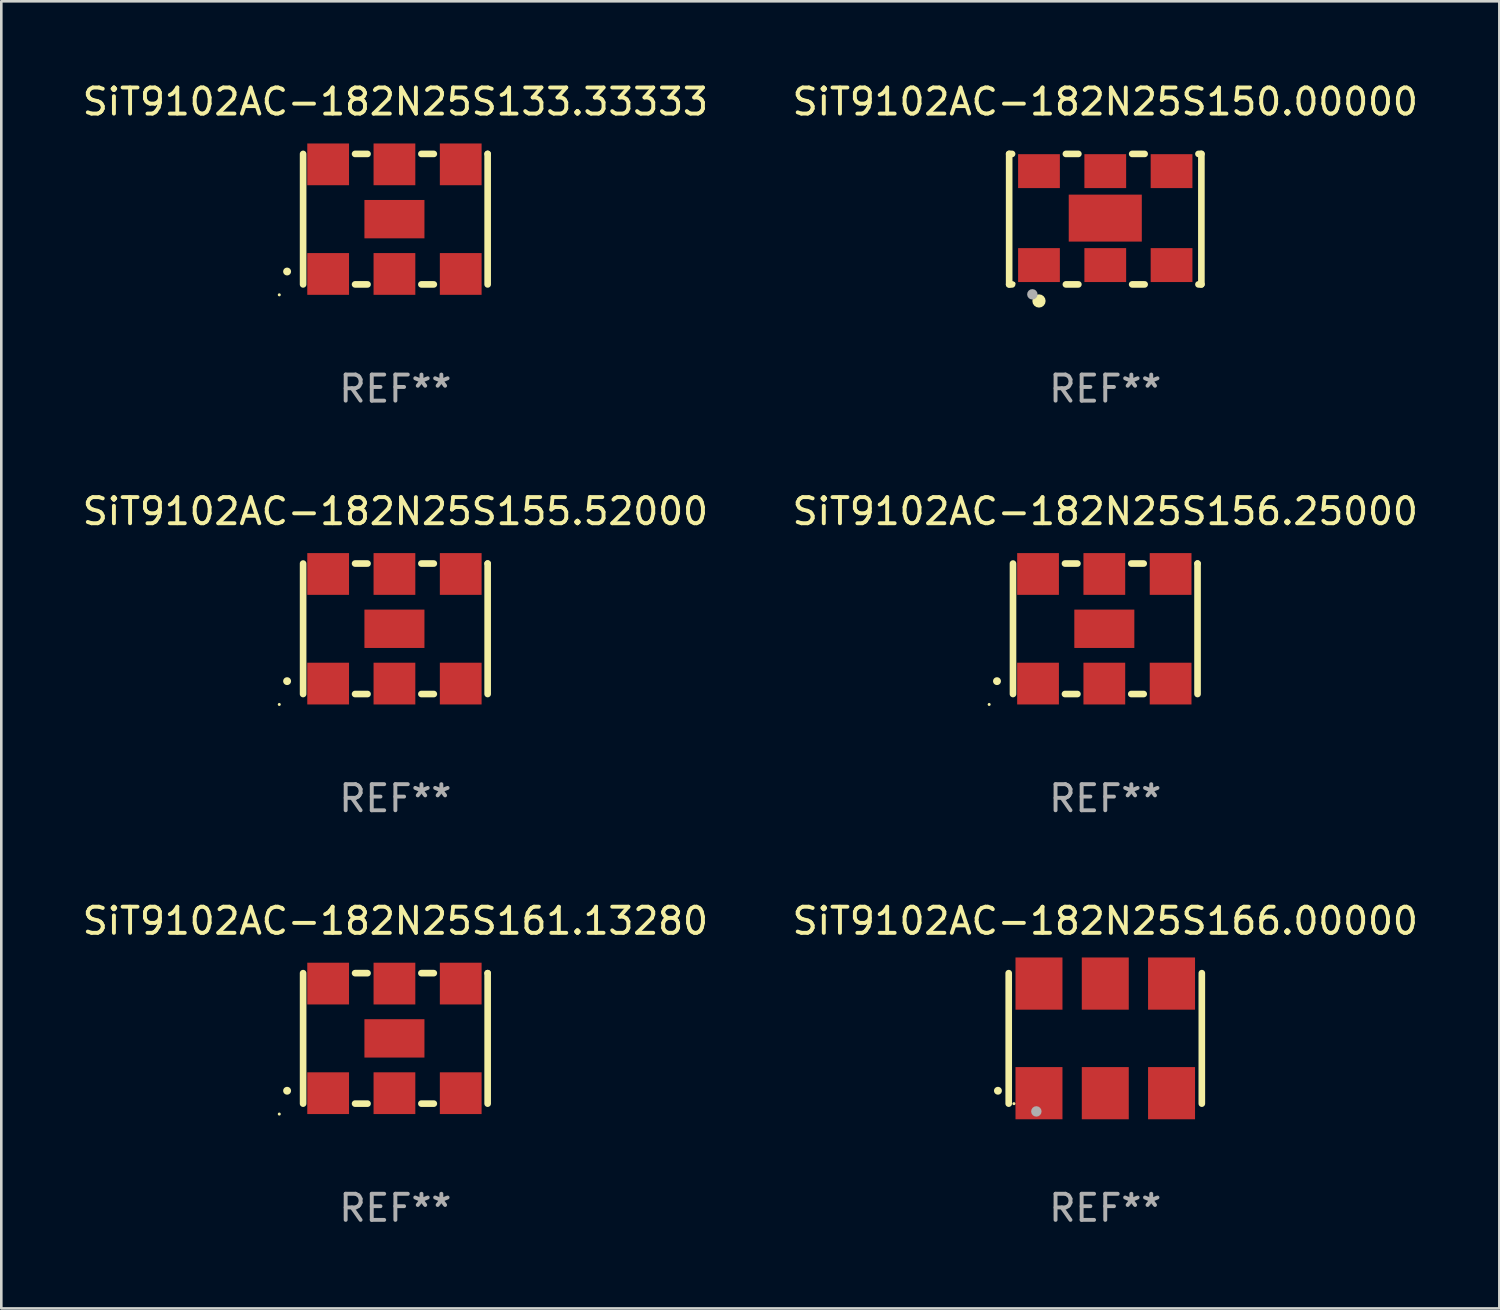
<source format=kicad_pcb>
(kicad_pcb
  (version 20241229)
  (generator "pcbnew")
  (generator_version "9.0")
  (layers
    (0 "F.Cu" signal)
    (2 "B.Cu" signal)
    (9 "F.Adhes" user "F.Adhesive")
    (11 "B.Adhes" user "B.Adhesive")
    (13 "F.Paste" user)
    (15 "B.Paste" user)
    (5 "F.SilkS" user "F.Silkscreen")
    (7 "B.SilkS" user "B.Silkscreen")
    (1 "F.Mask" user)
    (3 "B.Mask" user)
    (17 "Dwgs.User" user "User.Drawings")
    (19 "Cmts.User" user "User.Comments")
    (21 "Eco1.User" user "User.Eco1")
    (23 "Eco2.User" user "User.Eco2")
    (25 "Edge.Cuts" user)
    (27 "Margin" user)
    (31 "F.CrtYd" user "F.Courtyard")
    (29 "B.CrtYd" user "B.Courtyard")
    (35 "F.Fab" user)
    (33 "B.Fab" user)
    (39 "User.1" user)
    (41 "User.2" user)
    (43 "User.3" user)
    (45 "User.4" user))
  (footprint "SiT9102AC-182N25S166.00000"
    (layer "F.Cu")
    (at 39.304 36.741)
    (property "Reference" "SiT9102AC-182N25S166.00000" (at 0 -4.5 0) (layer "F.SilkS") (effects (font (size 1 1) (thickness 0.15))))
    (attr through_hole)
    (fp_line (start -3.7 -2.5) (end -3.7 2.5) (stroke (width 0.254) (type solid)) (layer "F.SilkS"))
    (fp_line (start 3.7 -2.5) (end 3.7 2.5) (stroke (width 0.254) (type solid)) (layer "F.SilkS"))
    (fp_arc (start -4.114415 2.006604) (mid -4.113145 2.006599) (end -4.111875 2.006604) (stroke (width 0.3) (type solid)) (layer "F.SilkS"))
    (fp_circle (center -3.5 2.501) (end -3.47 2.501) (stroke (width 0.06) (type solid)) (fill no) (layer "F.SilkS"))
    (fp_circle (center -2.641 2.799) (end -2.541 2.799) (stroke (width 0.2) (type solid)) (fill no) (layer "F.Fab"))
    (fp_text user "REF**" (at 0 6.5 0) (layer "F.Fab") (effects (font (size 1 1) (thickness 0.15))))
    (pad "1" smd rect (at -2.54 2.1) (size 1.8 2) (layers "F.Cu" "F.Mask" "F.Paste"))
    (pad "2" smd rect (at 0.000394 2.1) (size 1.8 2) (layers "F.Cu" "F.Mask" "F.Paste"))
    (pad "3" smd rect (at 2.54 2.1) (size 1.8 2) (layers "F.Cu" "F.Mask" "F.Paste"))
    (pad "4" smd rect (at 2.54 -2.1) (size 1.8 2) (layers "F.Cu" "F.Mask" "F.Paste"))
    (pad "5" smd rect (at 0.000394 -2.1) (size 1.8 2) (layers "F.Cu" "F.Mask" "F.Paste"))
    (pad "6" smd rect (at -2.54 -2.1) (size 1.8 2) (layers "F.Cu" "F.Mask" "F.Paste")))
  (footprint "SiT9102AC-182N25S155.52000"
    (layer "F.Cu")
    (at 12.101 21.045)
    (property "Reference" "SiT9102AC-182N25S155.52000" (at 0 -4.5 0) (layer "F.SilkS") (effects (font (size 1 1) (thickness 0.15))))
    (attr through_hole)
    (fp_line (start -3.536 -2.5) (end -3.536 2.5) (stroke (width 0.254) (type solid)) (layer "F.SilkS"))
    (fp_line (start -1.544 2.5) (end -1.067 2.5) (stroke (width 0.254) (type solid)) (layer "F.SilkS"))
    (fp_line (start -1.067 -2.5) (end -1.544 -2.5) (stroke (width 0.254) (type solid)) (layer "F.SilkS"))
    (fp_line (start 0.996 2.5) (end 1.473 2.5) (stroke (width 0.254) (type solid)) (layer "F.SilkS"))
    (fp_line (start 1.473 -2.5) (end 0.996 -2.5) (stroke (width 0.254) (type solid)) (layer "F.SilkS"))
    (fp_line (start 3.536 -2.5) (end 3.536 -2.5) (stroke (width 0.254) (type solid)) (layer "F.SilkS"))
    (fp_line (start 3.536 2.5) (end 3.536 -2.5) (stroke (width 0.254) (type solid)) (layer "F.SilkS"))
    (fp_arc (start -4.150432 2.006604) (mid -4.149162 2.006599) (end -4.147892 2.006604) (stroke (width 0.3) (type solid)) (layer "F.SilkS"))
    (fp_circle (center -4.449 2.9) (end -4.419 2.9) (stroke (width 0.06) (type solid)) (fill no) (layer "F.SilkS"))
    (fp_text user "REF**" (at 0 6.5 0) (layer "F.Fab") (effects (font (size 1 1) (thickness 0.15))))
    (pad "1" smd rect (at -2.576 2.1) (size 1.6 1.6) (layers "F.Cu" "F.Mask" "F.Paste"))
    (pad "2" smd rect (at -0.036 2.1) (size 1.6 1.6) (layers "F.Cu" "F.Mask" "F.Paste"))
    (pad "3" smd rect (at 2.504 2.1) (size 1.6 1.6) (layers "F.Cu" "F.Mask" "F.Paste"))
    (pad "4" smd rect (at 2.504 -2.1) (size 1.6 1.6) (layers "F.Cu" "F.Mask" "F.Paste"))
    (pad "5" smd rect (at -0.036 -2.1) (size 1.6 1.6) (layers "F.Cu" "F.Mask" "F.Paste"))
    (pad "6" smd rect (at -2.576 -2.1) (size 1.6 1.6) (layers "F.Cu" "F.Mask" "F.Paste"))
    (pad "7" smd rect (at -0.036 0) (size 2.3 1.47) (layers "F.Cu" "F.Mask" "F.Paste")))
  (footprint "SiT9102AC-182N25S156.25000"
    (layer "F.Cu")
    (at 39.304 21.045)
    (property "Reference" "SiT9102AC-182N25S156.25000" (at 0 -4.5 0) (layer "F.SilkS") (effects (font (size 1 1) (thickness 0.15))))
    (attr through_hole)
    (fp_line (start -3.536 -2.5) (end -3.536 2.5) (stroke (width 0.254) (type solid)) (layer "F.SilkS"))
    (fp_line (start -1.544 2.5) (end -1.067 2.5) (stroke (width 0.254) (type solid)) (layer "F.SilkS"))
    (fp_line (start -1.067 -2.5) (end -1.544 -2.5) (stroke (width 0.254) (type solid)) (layer "F.SilkS"))
    (fp_line (start 0.996 2.5) (end 1.473 2.5) (stroke (width 0.254) (type solid)) (layer "F.SilkS"))
    (fp_line (start 1.473 -2.5) (end 0.996 -2.5) (stroke (width 0.254) (type solid)) (layer "F.SilkS"))
    (fp_line (start 3.536 -2.5) (end 3.536 -2.5) (stroke (width 0.254) (type solid)) (layer "F.SilkS"))
    (fp_line (start 3.536 2.5) (end 3.536 -2.5) (stroke (width 0.254) (type solid)) (layer "F.SilkS"))
    (fp_arc (start -4.150432 2.006604) (mid -4.149162 2.006599) (end -4.147892 2.006604) (stroke (width 0.3) (type solid)) (layer "F.SilkS"))
    (fp_circle (center -4.449 2.9) (end -4.419 2.9) (stroke (width 0.06) (type solid)) (fill no) (layer "F.SilkS"))
    (fp_text user "REF**" (at 0 6.5 0) (layer "F.Fab") (effects (font (size 1 1) (thickness 0.15))))
    (pad "1" smd rect (at -2.576 2.1) (size 1.6 1.6) (layers "F.Cu" "F.Mask" "F.Paste"))
    (pad "2" smd rect (at -0.036 2.1) (size 1.6 1.6) (layers "F.Cu" "F.Mask" "F.Paste"))
    (pad "3" smd rect (at 2.504 2.1) (size 1.6 1.6) (layers "F.Cu" "F.Mask" "F.Paste"))
    (pad "4" smd rect (at 2.504 -2.1) (size 1.6 1.6) (layers "F.Cu" "F.Mask" "F.Paste"))
    (pad "5" smd rect (at -0.036 -2.1) (size 1.6 1.6) (layers "F.Cu" "F.Mask" "F.Paste"))
    (pad "6" smd rect (at -2.576 -2.1) (size 1.6 1.6) (layers "F.Cu" "F.Mask" "F.Paste"))
    (pad "7" smd rect (at -0.036 0) (size 2.3 1.47) (layers "F.Cu" "F.Mask" "F.Paste")))
  (footprint "SiT9102AC-182N25S150.00000"
    (layer "F.Cu")
    (at 39.304 5.348)
    (property "Reference" "SiT9102AC-182N25S150.00000" (at 0 -4.5 0) (layer "F.SilkS") (effects (font (size 1 1) (thickness 0.15))))
    (attr through_hole)
    (fp_line (start -3.683 -2.5) (end -3.571 -2.5) (stroke (width 0.254) (type solid)) (layer "F.SilkS"))
    (fp_line (start -3.683 2.5) (end -3.683 -2.5) (stroke (width 0.254) (type solid)) (layer "F.SilkS"))
    (fp_line (start -3.683 2.5) (end -3.571 2.5) (stroke (width 0.254) (type solid)) (layer "F.SilkS"))
    (fp_line (start -1.509 -2.5) (end -1.031 -2.5) (stroke (width 0.254) (type solid)) (layer "F.SilkS"))
    (fp_line (start -1.509 2.5) (end -1.031 2.5) (stroke (width 0.254) (type solid)) (layer "F.SilkS"))
    (fp_line (start 1.031 -2.5) (end 1.509 -2.5) (stroke (width 0.254) (type solid)) (layer "F.SilkS"))
    (fp_line (start 1.031 2.5) (end 1.509 2.5) (stroke (width 0.254) (type solid)) (layer "F.SilkS"))
    (fp_line (start 3.571 -2.5) (end 3.683 -2.5) (stroke (width 0.254) (type solid)) (layer "F.SilkS"))
    (fp_line (start 3.571 2.5) (end 3.683 2.5) (stroke (width 0.254) (type solid)) (layer "F.SilkS"))
    (fp_line (start 3.683 2.5) (end 3.683 -2.5) (stroke (width 0.254) (type solid)) (layer "F.SilkS"))
    (fp_circle (center -3.5 2.46) (end -3.47 2.46) (stroke (width 0.06) (type solid)) (fill no) (layer "F.SilkS"))
    (fp_circle (center -2.54 3.135) (end -2.413 3.135) (stroke (width 0.254) (type solid)) (fill no) (layer "F.SilkS"))
    (fp_circle (center -2.794 2.881) (end -2.694 2.881) (stroke (width 0.2) (type solid)) (fill no) (layer "F.Fab"))
    (fp_text user "REF**" (at 0 6.5 0) (layer "F.Fab") (effects (font (size 1 1) (thickness 0.15))))
    (pad "1" smd rect (at -2.54 1.76) (size 1.6 1.3) (layers "F.Cu" "F.Mask" "F.Paste"))
    (pad "2" smd rect (at 0 1.76) (size 1.6 1.3) (layers "F.Cu" "F.Mask" "F.Paste"))
    (pad "3" smd rect (at 2.54 1.76) (size 1.6 1.3) (layers "F.Cu" "F.Mask" "F.Paste"))
    (pad "4" smd rect (at 2.54 -1.84) (size 1.6 1.3) (layers "F.Cu" "F.Mask" "F.Paste"))
    (pad "5" smd rect (at 0 -1.84) (size 1.6 1.3) (layers "F.Cu" "F.Mask" "F.Paste"))
    (pad "6" smd rect (at -2.54 -1.84) (size 1.6 1.3) (layers "F.Cu" "F.Mask" "F.Paste"))
    (pad "7" smd rect (at 0 -0.04) (size 2.8 1.8) (layers "F.Cu" "F.Mask" "F.Paste")))
  (footprint "SiT9102AC-182N25S161.13280"
    (layer "F.Cu")
    (at 12.101 36.741)
    (property "Reference" "SiT9102AC-182N25S161.13280" (at 0 -4.5 0) (layer "F.SilkS") (effects (font (size 1 1) (thickness 0.15))))
    (attr through_hole)
    (fp_line (start -3.536 -2.5) (end -3.536 2.5) (stroke (width 0.254) (type solid)) (layer "F.SilkS"))
    (fp_line (start -1.544 2.5) (end -1.067 2.5) (stroke (width 0.254) (type solid)) (layer "F.SilkS"))
    (fp_line (start -1.067 -2.5) (end -1.544 -2.5) (stroke (width 0.254) (type solid)) (layer "F.SilkS"))
    (fp_line (start 0.996 2.5) (end 1.473 2.5) (stroke (width 0.254) (type solid)) (layer "F.SilkS"))
    (fp_line (start 1.473 -2.5) (end 0.996 -2.5) (stroke (width 0.254) (type solid)) (layer "F.SilkS"))
    (fp_line (start 3.536 -2.5) (end 3.536 -2.5) (stroke (width 0.254) (type solid)) (layer "F.SilkS"))
    (fp_line (start 3.536 2.5) (end 3.536 -2.5) (stroke (width 0.254) (type solid)) (layer "F.SilkS"))
    (fp_arc (start -4.150432 2.006604) (mid -4.149162 2.006599) (end -4.147892 2.006604) (stroke (width 0.3) (type solid)) (layer "F.SilkS"))
    (fp_circle (center -4.449 2.9) (end -4.419 2.9) (stroke (width 0.06) (type solid)) (fill no) (layer "F.SilkS"))
    (fp_text user "REF**" (at 0 6.5 0) (layer "F.Fab") (effects (font (size 1 1) (thickness 0.15))))
    (pad "1" smd rect (at -2.576 2.1) (size 1.6 1.6) (layers "F.Cu" "F.Mask" "F.Paste"))
    (pad "2" smd rect (at -0.036 2.1) (size 1.6 1.6) (layers "F.Cu" "F.Mask" "F.Paste"))
    (pad "3" smd rect (at 2.504 2.1) (size 1.6 1.6) (layers "F.Cu" "F.Mask" "F.Paste"))
    (pad "4" smd rect (at 2.504 -2.1) (size 1.6 1.6) (layers "F.Cu" "F.Mask" "F.Paste"))
    (pad "5" smd rect (at -0.036 -2.1) (size 1.6 1.6) (layers "F.Cu" "F.Mask" "F.Paste"))
    (pad "6" smd rect (at -2.576 -2.1) (size 1.6 1.6) (layers "F.Cu" "F.Mask" "F.Paste"))
    (pad "7" smd rect (at -0.036 0) (size 2.3 1.47) (layers "F.Cu" "F.Mask" "F.Paste")))
  (footprint "SiT9102AC-182N25S133.33333"
    (layer "F.Cu")
    (at 12.101 5.348)
    (property "Reference" "SiT9102AC-182N25S133.33333" (at 0 -4.5 0) (layer "F.SilkS") (effects (font (size 1 1) (thickness 0.15))))
    (attr through_hole)
    (fp_line (start -3.536 -2.5) (end -3.536 2.5) (stroke (width 0.254) (type solid)) (layer "F.SilkS"))
    (fp_line (start -1.544 2.5) (end -1.067 2.5) (stroke (width 0.254) (type solid)) (layer "F.SilkS"))
    (fp_line (start -1.067 -2.5) (end -1.544 -2.5) (stroke (width 0.254) (type solid)) (layer "F.SilkS"))
    (fp_line (start 0.996 2.5) (end 1.473 2.5) (stroke (width 0.254) (type solid)) (layer "F.SilkS"))
    (fp_line (start 1.473 -2.5) (end 0.996 -2.5) (stroke (width 0.254) (type solid)) (layer "F.SilkS"))
    (fp_line (start 3.536 -2.5) (end 3.536 -2.5) (stroke (width 0.254) (type solid)) (layer "F.SilkS"))
    (fp_line (start 3.536 2.5) (end 3.536 -2.5) (stroke (width 0.254) (type solid)) (layer "F.SilkS"))
    (fp_arc (start -4.150432 2.006604) (mid -4.149162 2.006599) (end -4.147892 2.006604) (stroke (width 0.3) (type solid)) (layer "F.SilkS"))
    (fp_circle (center -4.449 2.9) (end -4.419 2.9) (stroke (width 0.06) (type solid)) (fill no) (layer "F.SilkS"))
    (fp_text user "REF**" (at 0 6.5 0) (layer "F.Fab") (effects (font (size 1 1) (thickness 0.15))))
    (pad "1" smd rect (at -2.576 2.1) (size 1.6 1.6) (layers "F.Cu" "F.Mask" "F.Paste"))
    (pad "2" smd rect (at -0.036 2.1) (size 1.6 1.6) (layers "F.Cu" "F.Mask" "F.Paste"))
    (pad "3" smd rect (at 2.504 2.1) (size 1.6 1.6) (layers "F.Cu" "F.Mask" "F.Paste"))
    (pad "4" smd rect (at 2.504 -2.1) (size 1.6 1.6) (layers "F.Cu" "F.Mask" "F.Paste"))
    (pad "5" smd rect (at -0.036 -2.1) (size 1.6 1.6) (layers "F.Cu" "F.Mask" "F.Paste"))
    (pad "6" smd rect (at -2.576 -2.1) (size 1.6 1.6) (layers "F.Cu" "F.Mask" "F.Paste"))
    (pad "7" smd rect (at -0.036 0) (size 2.3 1.47) (layers "F.Cu" "F.Mask" "F.Paste")))
  (gr_rect
    (start -3 -3)
    (end 54.405 47.09)
    (stroke (width 0.1) (type default))
    (fill no)
    (layer "Edge.Cuts")))
</source>
